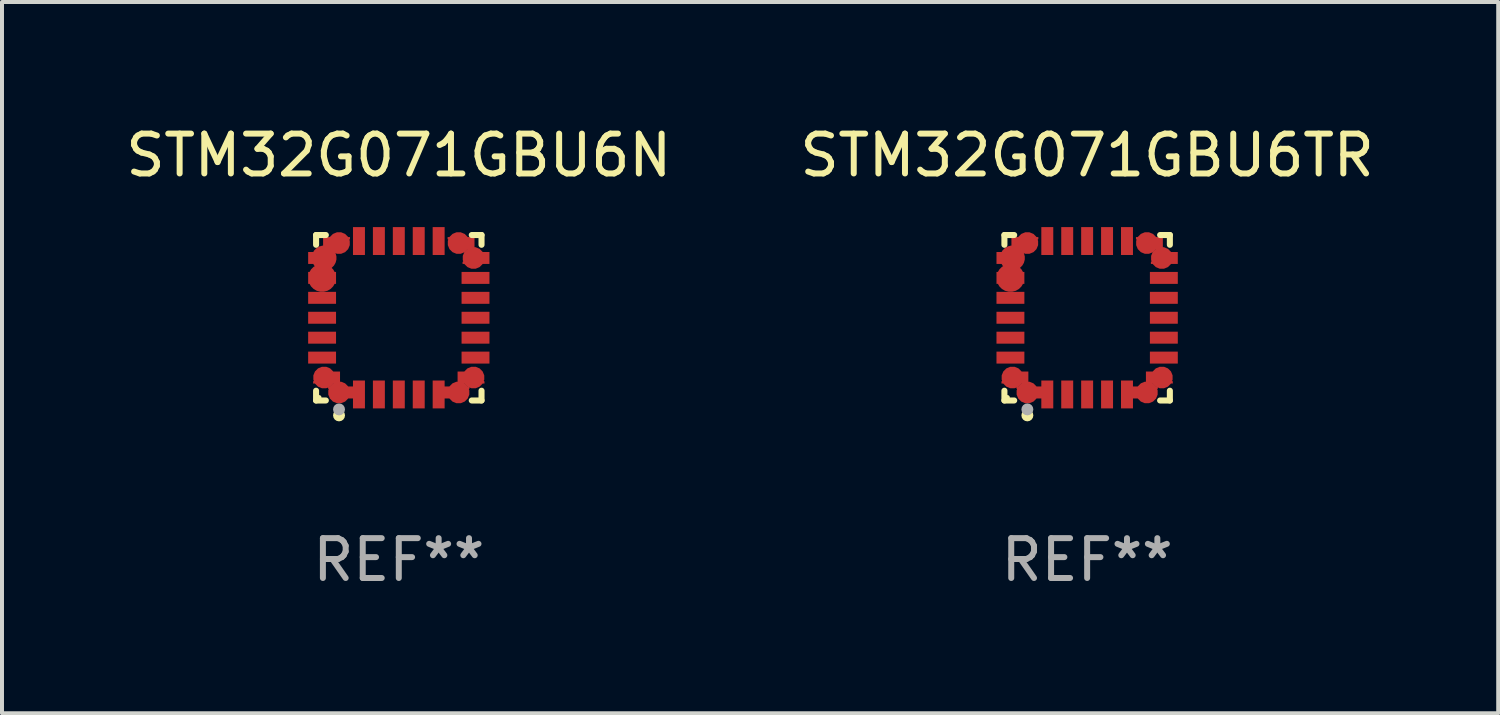
<source format=kicad_pcb>
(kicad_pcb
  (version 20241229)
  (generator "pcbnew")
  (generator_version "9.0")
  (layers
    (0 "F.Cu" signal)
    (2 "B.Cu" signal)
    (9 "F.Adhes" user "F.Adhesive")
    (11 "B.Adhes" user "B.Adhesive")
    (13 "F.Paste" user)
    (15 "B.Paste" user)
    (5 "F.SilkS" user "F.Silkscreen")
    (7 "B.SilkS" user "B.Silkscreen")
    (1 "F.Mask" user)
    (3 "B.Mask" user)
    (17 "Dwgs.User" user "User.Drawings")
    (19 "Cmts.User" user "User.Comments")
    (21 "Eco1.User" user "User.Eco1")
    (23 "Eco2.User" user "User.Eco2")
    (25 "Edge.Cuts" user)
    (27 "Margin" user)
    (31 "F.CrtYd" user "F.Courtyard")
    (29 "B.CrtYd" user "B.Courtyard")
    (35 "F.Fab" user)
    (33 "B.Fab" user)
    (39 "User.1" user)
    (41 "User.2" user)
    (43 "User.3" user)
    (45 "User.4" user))
  (footprint "STM32G071GBU6N"
    (layer "F.Cu")
    (at 6.958 4.924)
    (property "Reference" "STM32G071GBU6N" (at 0 -4.076 0) (layer "F.SilkS") (effects (font (size 1 1) (thickness 0.15))))
    (attr through_hole)
    (fp_line (start -2.076 -2.076) (end -1.831 -2.076) (stroke (width 0.152) (type solid)) (layer "F.SilkS"))
    (fp_line (start -2.076 -1.831) (end -2.076 -2.076) (stroke (width 0.152) (type solid)) (layer "F.SilkS"))
    (fp_line (start -2.076 1.831) (end -2.076 2.076) (stroke (width 0.152) (type solid)) (layer "F.SilkS"))
    (fp_line (start -2.076 2.076) (end -1.831 2.076) (stroke (width 0.152) (type solid)) (layer "F.SilkS"))
    (fp_line (start 2.076 -2.076) (end 1.831 -2.076) (stroke (width 0.152) (type solid)) (layer "F.SilkS"))
    (fp_line (start 2.076 -1.831) (end 2.076 -2.076) (stroke (width 0.152) (type solid)) (layer "F.SilkS"))
    (fp_line (start 2.076 1.831) (end 2.076 2.076) (stroke (width 0.152) (type solid)) (layer "F.SilkS"))
    (fp_line (start 2.076 2.076) (end 1.831 2.076) (stroke (width 0.152) (type solid)) (layer "F.SilkS"))
    (fp_circle (center -2 2) (end -1.97 2) (stroke (width 0.06) (type solid)) (fill no) (layer "F.SilkS"))
    (fp_circle (center -1.5 2.45) (end -1.425 2.45) (stroke (width 0.15) (type solid)) (fill no) (layer "F.SilkS"))
    (fp_circle (center -1.5 2.3) (end -1.425 2.3) (stroke (width 0.15) (type solid)) (fill no) (layer "F.Fab"))
    (fp_text user "REF**" (at 0 6.076 0) (layer "F.Fab") (effects (font (size 1 1) (thickness 0.15))))
    (pad "1" smd custom (at -1.5 1.875 90) (size 0.55 0.3) (layers "F.Cu" "F.Mask" "F.Paste") (options (anchor circle)) (primitives (gr_poly (pts (xy -0.15 -0.025) (xy -0.15 0.4) (xy 0.15 0.4) (xy 0.15 -0.275) (xy 0.1 -0.275)) (width 0) (fill yes))))
    (pad "2" smd rect (at -1 1.925) (size 0.3 0.7) (layers "F.Cu" "F.Mask" "F.Paste"))
    (pad "3" smd rect (at -0.5 1.925) (size 0.3 0.7) (layers "F.Cu" "F.Mask" "F.Paste"))
    (pad "4" smd rect (at 0 1.925) (size 0.3 0.7) (layers "F.Cu" "F.Mask" "F.Paste"))
    (pad "5" smd rect (at 0.5 1.925) (size 0.3 0.7) (layers "F.Cu" "F.Mask" "F.Paste"))
    (pad "6" smd rect (at 1 1.925) (size 0.3 0.7) (layers "F.Cu" "F.Mask" "F.Paste"))
    (pad "7" smd custom (at 1.5 1.875 270) (size 0.55 0.3) (layers "F.Cu" "F.Mask" "F.Paste") (options (anchor circle)) (primitives (gr_poly (pts (xy 0.15 -0.025) (xy 0.15 0.4) (xy -0.15 0.4) (xy -0.15 -0.275) (xy -0.1 -0.275)) (width 0) (fill yes))))
    (pad "8" smd custom (at 1.875 1.5 180) (size 0.55 0.3) (layers "F.Cu" "F.Mask" "F.Paste") (options (anchor circle)) (primitives (gr_poly (pts (xy -0.025 0.15) (xy 0.4 0.15) (xy 0.4 -0.15) (xy -0.275 -0.15) (xy -0.275 -0.1)) (width 0) (fill yes))))
    (pad "9" smd rect (at 1.925 1) (size 0.7 0.3) (layers "F.Cu" "F.Mask" "F.Paste"))
    (pad "10" smd rect (at 1.925 0.5) (size 0.7 0.3) (layers "F.Cu" "F.Mask" "F.Paste"))
    (pad "11" smd rect (at 1.925 0) (size 0.7 0.3) (layers "F.Cu" "F.Mask" "F.Paste"))
    (pad "12" smd rect (at 1.925 -0.5) (size 0.7 0.3) (layers "F.Cu" "F.Mask" "F.Paste"))
    (pad "13" smd rect (at 1.925 -1) (size 0.7 0.3) (layers "F.Cu" "F.Mask" "F.Paste"))
    (pad "14" smd custom (at 1.875 -1.5) (size 0.55 0.3) (layers "F.Cu" "F.Mask" "F.Paste") (options (anchor circle)) (primitives (gr_poly (pts (xy -0.025 -0.15) (xy 0.4 -0.15) (xy 0.4 0.15) (xy -0.275 0.15) (xy -0.275 0.1)) (width 0) (fill yes))))
    (pad "15" smd custom (at 1.5 -1.875 270) (size 0.55 0.3) (layers "F.Cu" "F.Mask" "F.Paste") (options (anchor circle)) (primitives (gr_poly (pts (xy 0.15 0.025) (xy 0.15 -0.4) (xy -0.15 -0.4) (xy -0.15 0.275) (xy -0.1 0.275)) (width 0) (fill yes))))
    (pad "16" smd rect (at 1 -1.925) (size 0.3 0.7) (layers "F.Cu" "F.Mask" "F.Paste"))
    (pad "17" smd rect (at 0.5 -1.925) (size 0.3 0.7) (layers "F.Cu" "F.Mask" "F.Paste"))
    (pad "18" smd rect (at 0 -1.925) (size 0.3 0.7) (layers "F.Cu" "F.Mask" "F.Paste"))
    (pad "19" smd rect (at -0.5 -1.925) (size 0.3 0.7) (layers "F.Cu" "F.Mask" "F.Paste"))
    (pad "20" smd rect (at -1 -1.925) (size 0.3 0.7) (layers "F.Cu" "F.Mask" "F.Paste"))
    (pad "21" smd custom (at -1.5 -1.875 90) (size 0.55 0.3) (layers "F.Cu" "F.Mask" "F.Paste") (options (anchor circle)) (primitives (gr_poly (pts (xy -0.15 0.025) (xy -0.15 -0.4) (xy 0.15 -0.4) (xy 0.15 0.275) (xy 0.1 0.275)) (width 0) (fill yes))))
    (pad "22" smd custom (at -1.875 -1.5) (size 0.625 0.3) (layers "F.Cu" "F.Mask" "F.Paste") (options (anchor circle)) (primitives (gr_poly (pts (xy 0.025 -0.15) (xy -0.4 -0.15) (xy -0.4 0.15) (xy 0.275 0.15) (xy 0.275 0.1)) (width 0) (fill yes))))
    (pad "23" smd custom (at -1.925 -1) (size 0.7 0.3) (layers "F.Cu" "F.Mask" "F.Paste") (options (anchor circle)) (primitives (gr_poly (pts (xy -0.35 -0.15) (xy 0.35 -0.15) (xy 0.35 0.15) (xy -0.35 0.15)) (width 0) (fill yes))))
    (pad "24" smd rect (at -1.925 -0.5) (size 0.7 0.3) (layers "F.Cu" "F.Mask" "F.Paste"))
    (pad "25" smd rect (at -1.925 0) (size 0.7 0.3) (layers "F.Cu" "F.Mask" "F.Paste"))
    (pad "26" smd rect (at -1.925 0.5) (size 0.7 0.3) (layers "F.Cu" "F.Mask" "F.Paste"))
    (pad "27" smd rect (at -1.925 1) (size 0.7 0.3) (layers "F.Cu" "F.Mask" "F.Paste"))
    (pad "28" smd custom (at -1.875 1.5 180) (size 0.55 0.3) (layers "F.Cu" "F.Mask" "F.Paste") (options (anchor circle)) (primitives (gr_poly (pts (xy 0.025 0.15) (xy -0.4 0.15) (xy -0.4 -0.15) (xy 0.275 -0.15) (xy 0.275 -0.1)) (width 0) (fill yes)))))
  (footprint "STM32G071GBU6TR"
    (layer "F.Cu")
    (at 24.232 4.924)
    (property "Reference" "STM32G071GBU6TR" (at 0 -4.076 0) (layer "F.SilkS") (effects (font (size 1 1) (thickness 0.15))))
    (attr through_hole)
    (fp_line (start -2.076 -2.076) (end -1.831 -2.076) (stroke (width 0.152) (type solid)) (layer "F.SilkS"))
    (fp_line (start -2.076 -1.831) (end -2.076 -2.076) (stroke (width 0.152) (type solid)) (layer "F.SilkS"))
    (fp_line (start -2.076 1.831) (end -2.076 2.076) (stroke (width 0.152) (type solid)) (layer "F.SilkS"))
    (fp_line (start -2.076 2.076) (end -1.831 2.076) (stroke (width 0.152) (type solid)) (layer "F.SilkS"))
    (fp_line (start 2.076 -2.076) (end 1.831 -2.076) (stroke (width 0.152) (type solid)) (layer "F.SilkS"))
    (fp_line (start 2.076 -1.831) (end 2.076 -2.076) (stroke (width 0.152) (type solid)) (layer "F.SilkS"))
    (fp_line (start 2.076 1.831) (end 2.076 2.076) (stroke (width 0.152) (type solid)) (layer "F.SilkS"))
    (fp_line (start 2.076 2.076) (end 1.831 2.076) (stroke (width 0.152) (type solid)) (layer "F.SilkS"))
    (fp_circle (center -2 2) (end -1.97 2) (stroke (width 0.06) (type solid)) (fill no) (layer "F.SilkS"))
    (fp_circle (center -1.5 2.45) (end -1.425 2.45) (stroke (width 0.15) (type solid)) (fill no) (layer "F.SilkS"))
    (fp_circle (center -1.5 2.3) (end -1.425 2.3) (stroke (width 0.15) (type solid)) (fill no) (layer "F.Fab"))
    (fp_text user "REF**" (at 0 6.076 0) (layer "F.Fab") (effects (font (size 1 1) (thickness 0.15))))
    (pad "1" smd custom (at -1.5 1.875 90) (size 0.55 0.3) (layers "F.Cu" "F.Mask" "F.Paste") (options (anchor circle)) (primitives (gr_poly (pts (xy -0.15 -0.025) (xy -0.15 0.4) (xy 0.15 0.4) (xy 0.15 -0.275) (xy 0.1 -0.275)) (width 0) (fill yes))))
    (pad "2" smd rect (at -1 1.925) (size 0.3 0.7) (layers "F.Cu" "F.Mask" "F.Paste"))
    (pad "3" smd rect (at -0.5 1.925) (size 0.3 0.7) (layers "F.Cu" "F.Mask" "F.Paste"))
    (pad "4" smd rect (at 0 1.925) (size 0.3 0.7) (layers "F.Cu" "F.Mask" "F.Paste"))
    (pad "5" smd rect (at 0.5 1.925) (size 0.3 0.7) (layers "F.Cu" "F.Mask" "F.Paste"))
    (pad "6" smd rect (at 1 1.925) (size 0.3 0.7) (layers "F.Cu" "F.Mask" "F.Paste"))
    (pad "7" smd custom (at 1.5 1.875 270) (size 0.55 0.3) (layers "F.Cu" "F.Mask" "F.Paste") (options (anchor circle)) (primitives (gr_poly (pts (xy 0.15 -0.025) (xy 0.15 0.4) (xy -0.15 0.4) (xy -0.15 -0.275) (xy -0.1 -0.275)) (width 0) (fill yes))))
    (pad "8" smd custom (at 1.875 1.5 180) (size 0.55 0.3) (layers "F.Cu" "F.Mask" "F.Paste") (options (anchor circle)) (primitives (gr_poly (pts (xy -0.025 0.15) (xy 0.4 0.15) (xy 0.4 -0.15) (xy -0.275 -0.15) (xy -0.275 -0.1)) (width 0) (fill yes))))
    (pad "9" smd rect (at 1.925 1) (size 0.7 0.3) (layers "F.Cu" "F.Mask" "F.Paste"))
    (pad "10" smd rect (at 1.925 0.5) (size 0.7 0.3) (layers "F.Cu" "F.Mask" "F.Paste"))
    (pad "11" smd rect (at 1.925 0) (size 0.7 0.3) (layers "F.Cu" "F.Mask" "F.Paste"))
    (pad "12" smd rect (at 1.925 -0.5) (size 0.7 0.3) (layers "F.Cu" "F.Mask" "F.Paste"))
    (pad "13" smd rect (at 1.925 -1) (size 0.7 0.3) (layers "F.Cu" "F.Mask" "F.Paste"))
    (pad "14" smd custom (at 1.875 -1.5) (size 0.55 0.3) (layers "F.Cu" "F.Mask" "F.Paste") (options (anchor circle)) (primitives (gr_poly (pts (xy -0.025 -0.15) (xy 0.4 -0.15) (xy 0.4 0.15) (xy -0.275 0.15) (xy -0.275 0.1)) (width 0) (fill yes))))
    (pad "15" smd custom (at 1.5 -1.875 270) (size 0.55 0.3) (layers "F.Cu" "F.Mask" "F.Paste") (options (anchor circle)) (primitives (gr_poly (pts (xy 0.15 0.025) (xy 0.15 -0.4) (xy -0.15 -0.4) (xy -0.15 0.275) (xy -0.1 0.275)) (width 0) (fill yes))))
    (pad "16" smd rect (at 1 -1.925) (size 0.3 0.7) (layers "F.Cu" "F.Mask" "F.Paste"))
    (pad "17" smd rect (at 0.5 -1.925) (size 0.3 0.7) (layers "F.Cu" "F.Mask" "F.Paste"))
    (pad "18" smd rect (at 0 -1.925) (size 0.3 0.7) (layers "F.Cu" "F.Mask" "F.Paste"))
    (pad "19" smd rect (at -0.5 -1.925) (size 0.3 0.7) (layers "F.Cu" "F.Mask" "F.Paste"))
    (pad "20" smd rect (at -1 -1.925) (size 0.3 0.7) (layers "F.Cu" "F.Mask" "F.Paste"))
    (pad "21" smd custom (at -1.5 -1.875 90) (size 0.55 0.3) (layers "F.Cu" "F.Mask" "F.Paste") (options (anchor circle)) (primitives (gr_poly (pts (xy -0.15 0.025) (xy -0.15 -0.4) (xy 0.15 -0.4) (xy 0.15 0.275) (xy 0.1 0.275)) (width 0) (fill yes))))
    (pad "22" smd custom (at -1.875 -1.5) (size 0.625 0.3) (layers "F.Cu" "F.Mask" "F.Paste") (options (anchor circle)) (primitives (gr_poly (pts (xy 0.025 -0.15) (xy -0.4 -0.15) (xy -0.4 0.15) (xy 0.275 0.15) (xy 0.275 0.1)) (width 0) (fill yes))))
    (pad "23" smd custom (at -1.925 -1) (size 0.7 0.3) (layers "F.Cu" "F.Mask" "F.Paste") (options (anchor circle)) (primitives (gr_poly (pts (xy -0.35 -0.15) (xy 0.35 -0.15) (xy 0.35 0.15) (xy -0.35 0.15)) (width 0) (fill yes))))
    (pad "24" smd rect (at -1.925 -0.5) (size 0.7 0.3) (layers "F.Cu" "F.Mask" "F.Paste"))
    (pad "25" smd rect (at -1.925 0) (size 0.7 0.3) (layers "F.Cu" "F.Mask" "F.Paste"))
    (pad "26" smd rect (at -1.925 0.5) (size 0.7 0.3) (layers "F.Cu" "F.Mask" "F.Paste"))
    (pad "27" smd rect (at -1.925 1) (size 0.7 0.3) (layers "F.Cu" "F.Mask" "F.Paste"))
    (pad "28" smd custom (at -1.875 1.5 180) (size 0.55 0.3) (layers "F.Cu" "F.Mask" "F.Paste") (options (anchor circle)) (primitives (gr_poly (pts (xy 0.025 0.15) (xy -0.4 0.15) (xy -0.4 -0.15) (xy 0.275 -0.15) (xy 0.275 -0.1)) (width 0) (fill yes)))))
  (gr_rect
    (start -3 -3)
    (end 34.548 14.849)
    (stroke (width 0.1) (type default))
    (fill no)
    (layer "Edge.Cuts")))
</source>
